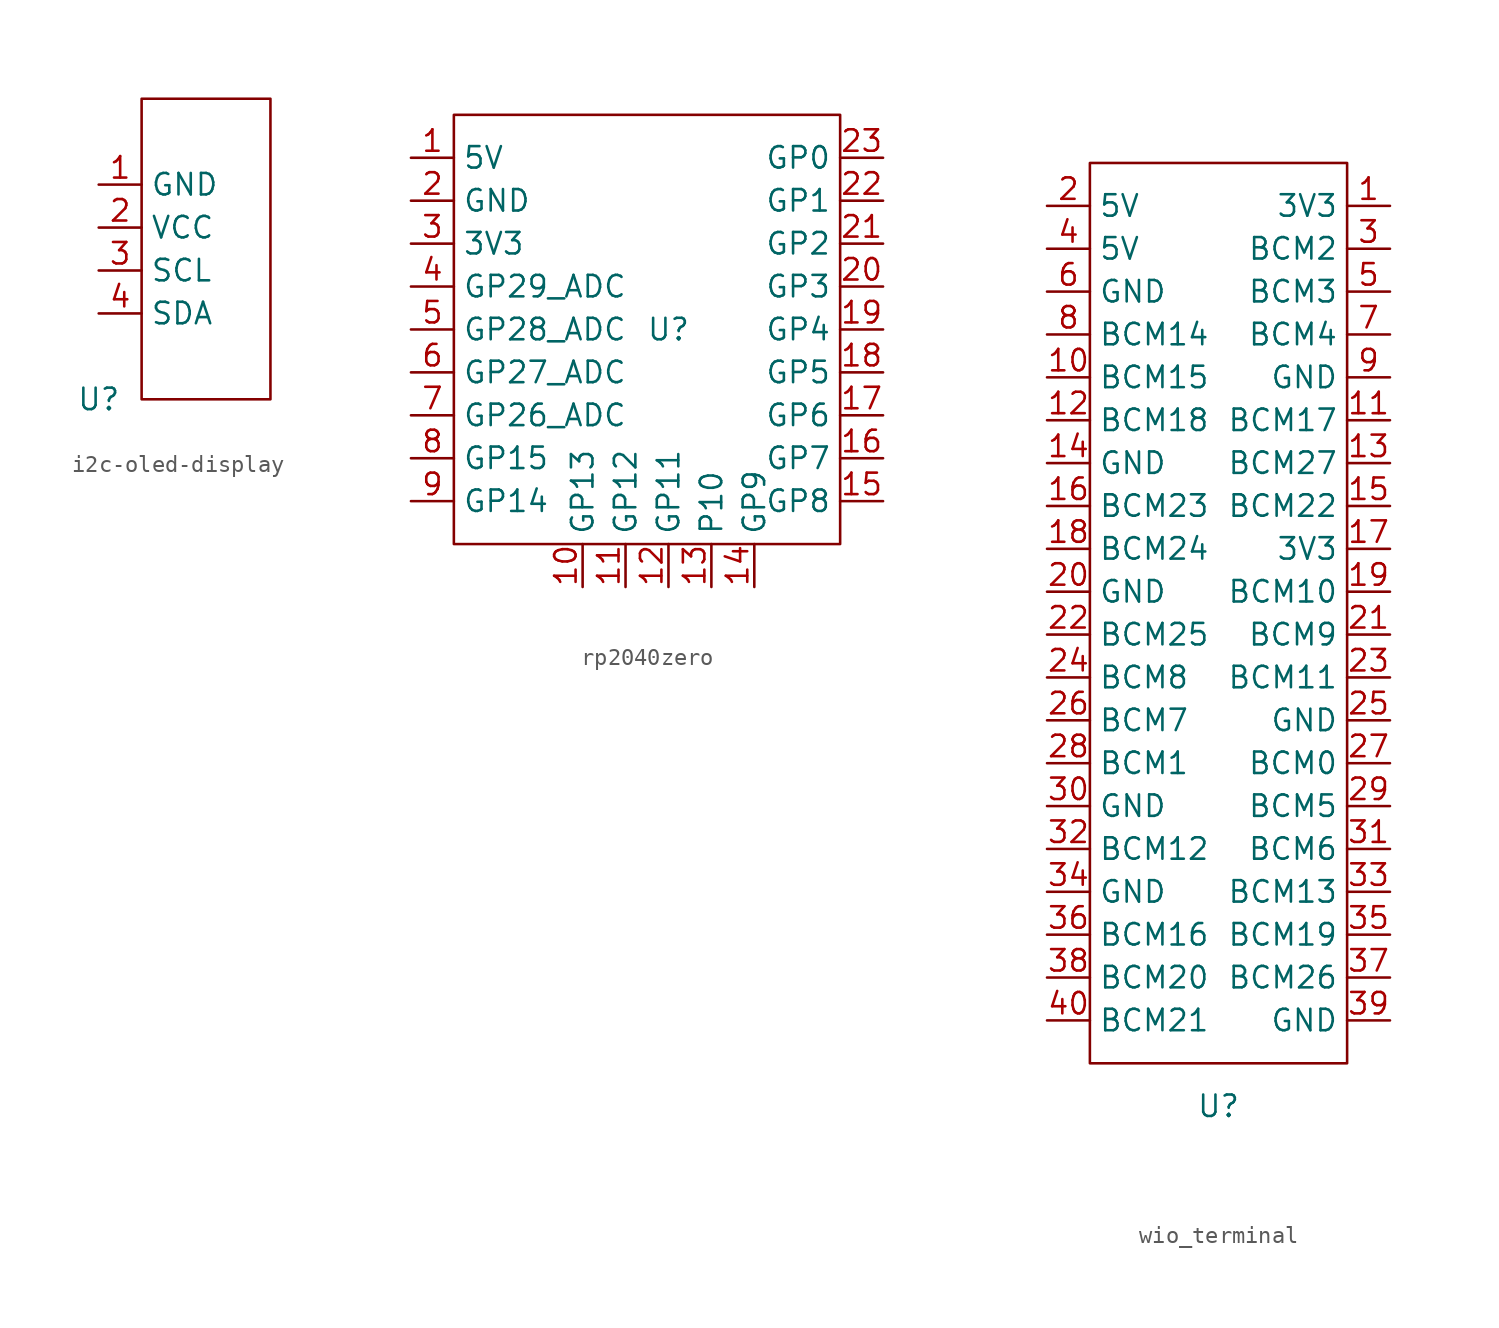
<source format=kicad_sym>
(kicad_symbol_lib
  (version 20220914)
  (generator kicad_symbol_editor)
  (symbol "i2c-oled-display"
    (property "Reference" "U"
      (at 0 0 0)
      (effects (font (size 1.27 1.27))))
    (property "Value" ""
      (at 0 0 0)
      (effects (font (size 1.27 1.27))))
    (symbol "i2c-oled-display_0_1"
      (rectangle (start 2.54 17.78) (end 10.16 0) (stroke (width 0) (type default)) (fill (type none))))
    (symbol "i2c-oled-display_1_1"
      (pin power_in line (at 0 12.7 0) (length 2.54) (name "GND" (effects (font (size 1.27 1.27)))) (number "1" (effects (font (size 1.27 1.27)))))
      (pin power_in line (at 0 10.16 0) (length 2.54) (name "VCC" (effects (font (size 1.27 1.27)))) (number "2" (effects (font (size 1.27 1.27)))))
      (pin input line (at 0 7.62 0) (length 2.54) (name "SCL" (effects (font (size 1.27 1.27)))) (number "3" (effects (font (size 1.27 1.27)))))
      (pin bidirectional line (at 0 5.08 0) (length 2.54) (name "SDA" (effects (font (size 1.27 1.27)))) (number "4" (effects (font (size 1.27 1.27)))))))
  (symbol "rp2040zero"
    (property "Reference" "U"
      (at 0 0 0)
      (effects (font (size 1.27 1.27))))
    (property "Value" ""
      (at 0 0 0)
      (effects (font (size 1.27 1.27))))
    (symbol "rp2040zero_0_1"
      (rectangle (start -12.7 -12.7) (end 10.16 12.7) (stroke (width 0) (type default)) (fill (type none))))
    (symbol "rp2040zero_1_1"
      (pin input line (at -15.24 10.16 0) (length 2.54) (name "5V" (effects (font (size 1.27 1.27)))) (number "1" (effects (font (size 1.27 1.27)))))
      (pin input line (at -5.08 -15.24 90) (length 2.54) (name "GP13" (effects (font (size 1.27 1.27)))) (number "10" (effects (font (size 1.27 1.27)))))
      (pin input line (at -2.54 -15.24 90) (length 2.54) (name "GP12" (effects (font (size 1.27 1.27)))) (number "11" (effects (font (size 1.27 1.27)))))
      (pin input line (at 0 -15.24 90) (length 2.54) (name "GP11" (effects (font (size 1.27 1.27)))) (number "12" (effects (font (size 1.27 1.27)))))
      (pin input line (at 2.54 -15.24 90) (length 2.54) (name "P10" (effects (font (size 1.27 1.27)))) (number "13" (effects (font (size 1.27 1.27)))))
      (pin input line (at 5.08 -15.24 90) (length 2.54) (name "GP9" (effects (font (size 1.27 1.27)))) (number "14" (effects (font (size 1.27 1.27)))))
      (pin input line (at 12.7 -10.16 180) (length 2.54) (name "GP8" (effects (font (size 1.27 1.27)))) (number "15" (effects (font (size 1.27 1.27)))))
      (pin input line (at 12.7 -7.62 180) (length 2.54) (name "GP7" (effects (font (size 1.27 1.27)))) (number "16" (effects (font (size 1.27 1.27)))))
      (pin input line (at 12.7 -5.08 180) (length 2.54) (name "GP6" (effects (font (size 1.27 1.27)))) (number "17" (effects (font (size 1.27 1.27)))))
      (pin input line (at 12.7 -2.54 180) (length 2.54) (name "GP5" (effects (font (size 1.27 1.27)))) (number "18" (effects (font (size 1.27 1.27)))))
      (pin input line (at 12.7 0 180) (length 2.54) (name "GP4" (effects (font (size 1.27 1.27)))) (number "19" (effects (font (size 1.27 1.27)))))
      (pin input line (at -15.24 7.62 0) (length 2.54) (name "GND" (effects (font (size 1.27 1.27)))) (number "2" (effects (font (size 1.27 1.27)))))
      (pin input line (at 12.7 2.54 180) (length 2.54) (name "GP3" (effects (font (size 1.27 1.27)))) (number "20" (effects (font (size 1.27 1.27)))))
      (pin input line (at 12.7 5.08 180) (length 2.54) (name "GP2" (effects (font (size 1.27 1.27)))) (number "21" (effects (font (size 1.27 1.27)))))
      (pin input line (at 12.7 7.62 180) (length 2.54) (name "GP1" (effects (font (size 1.27 1.27)))) (number "22" (effects (font (size 1.27 1.27)))))
      (pin input line (at 12.7 10.16 180) (length 2.54) (name "GP0" (effects (font (size 1.27 1.27)))) (number "23" (effects (font (size 1.27 1.27)))))
      (pin input line (at -15.24 5.08 0) (length 2.54) (name "3V3" (effects (font (size 1.27 1.27)))) (number "3" (effects (font (size 1.27 1.27)))))
      (pin input line (at -15.24 2.54 0) (length 2.54) (name "GP29_ADC" (effects (font (size 1.27 1.27)))) (number "4" (effects (font (size 1.27 1.27)))))
      (pin input line (at -15.24 0 0) (length 2.54) (name "GP28_ADC" (effects (font (size 1.27 1.27)))) (number "5" (effects (font (size 1.27 1.27)))))
      (pin input line (at -15.24 -2.54 0) (length 2.54) (name "GP27_ADC" (effects (font (size 1.27 1.27)))) (number "6" (effects (font (size 1.27 1.27)))))
      (pin input line (at -15.24 -5.08 0) (length 2.54) (name "GP26_ADC" (effects (font (size 1.27 1.27)))) (number "7" (effects (font (size 1.27 1.27)))))
      (pin input line (at -15.24 -7.62 0) (length 2.54) (name "GP15" (effects (font (size 1.27 1.27)))) (number "8" (effects (font (size 1.27 1.27)))))
      (pin input line (at -15.24 -10.16 0) (length 2.54) (name "GP14" (effects (font (size 1.27 1.27)))) (number "9" (effects (font (size 1.27 1.27)))))))
  (symbol "wio_terminal"
    (property "Reference" "U"
      (at 0 0 0)
      (effects (font (size 1.27 1.27))))
    (property "Value" ""
      (at 0 0 0)
      (effects (font (size 1.27 1.27))))
    (symbol "wio_terminal_0_1"
      (rectangle (start -7.62 55.88) (end 7.62 2.54) (stroke (width 0) (type default)) (fill (type none))))
    (symbol "wio_terminal_1_1"
      (pin bidirectional line (at 10.16 53.34 180) (length 2.54) (name "3V3" (effects (font (size 1.27 1.27)))) (number "1" (effects (font (size 1.27 1.27)))))
      (pin bidirectional line (at -10.16 43.18 0) (length 2.54) (name "BCM15" (effects (font (size 1.27 1.27)))) (number "10" (effects (font (size 1.27 1.27)))))
      (pin bidirectional line (at 10.16 40.64 180) (length 2.54) (name "BCM17" (effects (font (size 1.27 1.27)))) (number "11" (effects (font (size 1.27 1.27)))))
      (pin bidirectional line (at -10.16 40.64 0) (length 2.54) (name "BCM18" (effects (font (size 1.27 1.27)))) (number "12" (effects (font (size 1.27 1.27)))))
      (pin bidirectional line (at 10.16 38.1 180) (length 2.54) (name "BCM27" (effects (font (size 1.27 1.27)))) (number "13" (effects (font (size 1.27 1.27)))))
      (pin bidirectional line (at -10.16 38.1 0) (length 2.54) (name "GND" (effects (font (size 1.27 1.27)))) (number "14" (effects (font (size 1.27 1.27)))))
      (pin bidirectional line (at 10.16 35.56 180) (length 2.54) (name "BCM22" (effects (font (size 1.27 1.27)))) (number "15" (effects (font (size 1.27 1.27)))))
      (pin bidirectional line (at -10.16 35.56 0) (length 2.54) (name "BCM23" (effects (font (size 1.27 1.27)))) (number "16" (effects (font (size 1.27 1.27)))))
      (pin bidirectional line (at 10.16 33.02 180) (length 2.54) (name "3V3" (effects (font (size 1.27 1.27)))) (number "17" (effects (font (size 1.27 1.27)))))
      (pin bidirectional line (at -10.16 33.02 0) (length 2.54) (name "BCM24" (effects (font (size 1.27 1.27)))) (number "18" (effects (font (size 1.27 1.27)))))
      (pin bidirectional line (at 10.16 30.48 180) (length 2.54) (name "BCM10" (effects (font (size 1.27 1.27)))) (number "19" (effects (font (size 1.27 1.27)))))
      (pin bidirectional line (at -10.16 53.34 0) (length 2.54) (name "5V" (effects (font (size 1.27 1.27)))) (number "2" (effects (font (size 1.27 1.27)))))
      (pin bidirectional line (at -10.16 30.48 0) (length 2.54) (name "GND" (effects (font (size 1.27 1.27)))) (number "20" (effects (font (size 1.27 1.27)))))
      (pin bidirectional line (at 10.16 27.94 180) (length 2.54) (name "BCM9" (effects (font (size 1.27 1.27)))) (number "21" (effects (font (size 1.27 1.27)))))
      (pin bidirectional line (at -10.16 27.94 0) (length 2.54) (name "BCM25" (effects (font (size 1.27 1.27)))) (number "22" (effects (font (size 1.27 1.27)))))
      (pin bidirectional line (at 10.16 25.4 180) (length 2.54) (name "BCM11" (effects (font (size 1.27 1.27)))) (number "23" (effects (font (size 1.27 1.27)))))
      (pin bidirectional line (at -10.16 25.4 0) (length 2.54) (name "BCM8" (effects (font (size 1.27 1.27)))) (number "24" (effects (font (size 1.27 1.27)))))
      (pin bidirectional line (at 10.16 22.86 180) (length 2.54) (name "GND" (effects (font (size 1.27 1.27)))) (number "25" (effects (font (size 1.27 1.27)))))
      (pin bidirectional line (at -10.16 22.86 0) (length 2.54) (name "BCM7" (effects (font (size 1.27 1.27)))) (number "26" (effects (font (size 1.27 1.27)))))
      (pin bidirectional line (at 10.16 20.32 180) (length 2.54) (name "BCM0" (effects (font (size 1.27 1.27)))) (number "27" (effects (font (size 1.27 1.27)))))
      (pin bidirectional line (at -10.16 20.32 0) (length 2.54) (name "BCM1" (effects (font (size 1.27 1.27)))) (number "28" (effects (font (size 1.27 1.27)))))
      (pin bidirectional line (at 10.16 17.78 180) (length 2.54) (name "BCM5" (effects (font (size 1.27 1.27)))) (number "29" (effects (font (size 1.27 1.27)))))
      (pin bidirectional line (at 10.16 50.8 180) (length 2.54) (name "BCM2" (effects (font (size 1.27 1.27)))) (number "3" (effects (font (size 1.27 1.27)))))
      (pin bidirectional line (at -10.16 17.78 0) (length 2.54) (name "GND" (effects (font (size 1.27 1.27)))) (number "30" (effects (font (size 1.27 1.27)))))
      (pin bidirectional line (at 10.16 15.24 180) (length 2.54) (name "BCM6" (effects (font (size 1.27 1.27)))) (number "31" (effects (font (size 1.27 1.27)))))
      (pin bidirectional line (at -10.16 15.24 0) (length 2.54) (name "BCM12" (effects (font (size 1.27 1.27)))) (number "32" (effects (font (size 1.27 1.27)))))
      (pin bidirectional line (at 10.16 12.7 180) (length 2.54) (name "BCM13" (effects (font (size 1.27 1.27)))) (number "33" (effects (font (size 1.27 1.27)))))
      (pin bidirectional line (at -10.16 12.7 0) (length 2.54) (name "GND" (effects (font (size 1.27 1.27)))) (number "34" (effects (font (size 1.27 1.27)))))
      (pin bidirectional line (at 10.16 10.16 180) (length 2.54) (name "BCM19" (effects (font (size 1.27 1.27)))) (number "35" (effects (font (size 1.27 1.27)))))
      (pin bidirectional line (at -10.16 10.16 0) (length 2.54) (name "BCM16" (effects (font (size 1.27 1.27)))) (number "36" (effects (font (size 1.27 1.27)))))
      (pin bidirectional line (at 10.16 7.62 180) (length 2.54) (name "BCM26" (effects (font (size 1.27 1.27)))) (number "37" (effects (font (size 1.27 1.27)))))
      (pin bidirectional line (at -10.16 7.62 0) (length 2.54) (name "BCM20" (effects (font (size 1.27 1.27)))) (number "38" (effects (font (size 1.27 1.27)))))
      (pin bidirectional line (at 10.16 5.08 180) (length 2.54) (name "GND" (effects (font (size 1.27 1.27)))) (number "39" (effects (font (size 1.27 1.27)))))
      (pin bidirectional line (at -10.16 50.8 0) (length 2.54) (name "5V" (effects (font (size 1.27 1.27)))) (number "4" (effects (font (size 1.27 1.27)))))
      (pin bidirectional line (at -10.16 5.08 0) (length 2.54) (name "BCM21" (effects (font (size 1.27 1.27)))) (number "40" (effects (font (size 1.27 1.27)))))
      (pin bidirectional line (at 10.16 48.26 180) (length 2.54) (name "BCM3" (effects (font (size 1.27 1.27)))) (number "5" (effects (font (size 1.27 1.27)))))
      (pin bidirectional line (at -10.16 48.26 0) (length 2.54) (name "GND" (effects (font (size 1.27 1.27)))) (number "6" (effects (font (size 1.27 1.27)))))
      (pin bidirectional line (at 10.16 45.72 180) (length 2.54) (name "BCM4" (effects (font (size 1.27 1.27)))) (number "7" (effects (font (size 1.27 1.27)))))
      (pin bidirectional line (at -10.16 45.72 0) (length 2.54) (name "BCM14" (effects (font (size 1.27 1.27)))) (number "8" (effects (font (size 1.27 1.27)))))
      (pin bidirectional line (at 10.16 43.18 180) (length 2.54) (name "GND" (effects (font (size 1.27 1.27)))) (number "9" (effects (font (size 1.27 1.27))))))))
</source>
